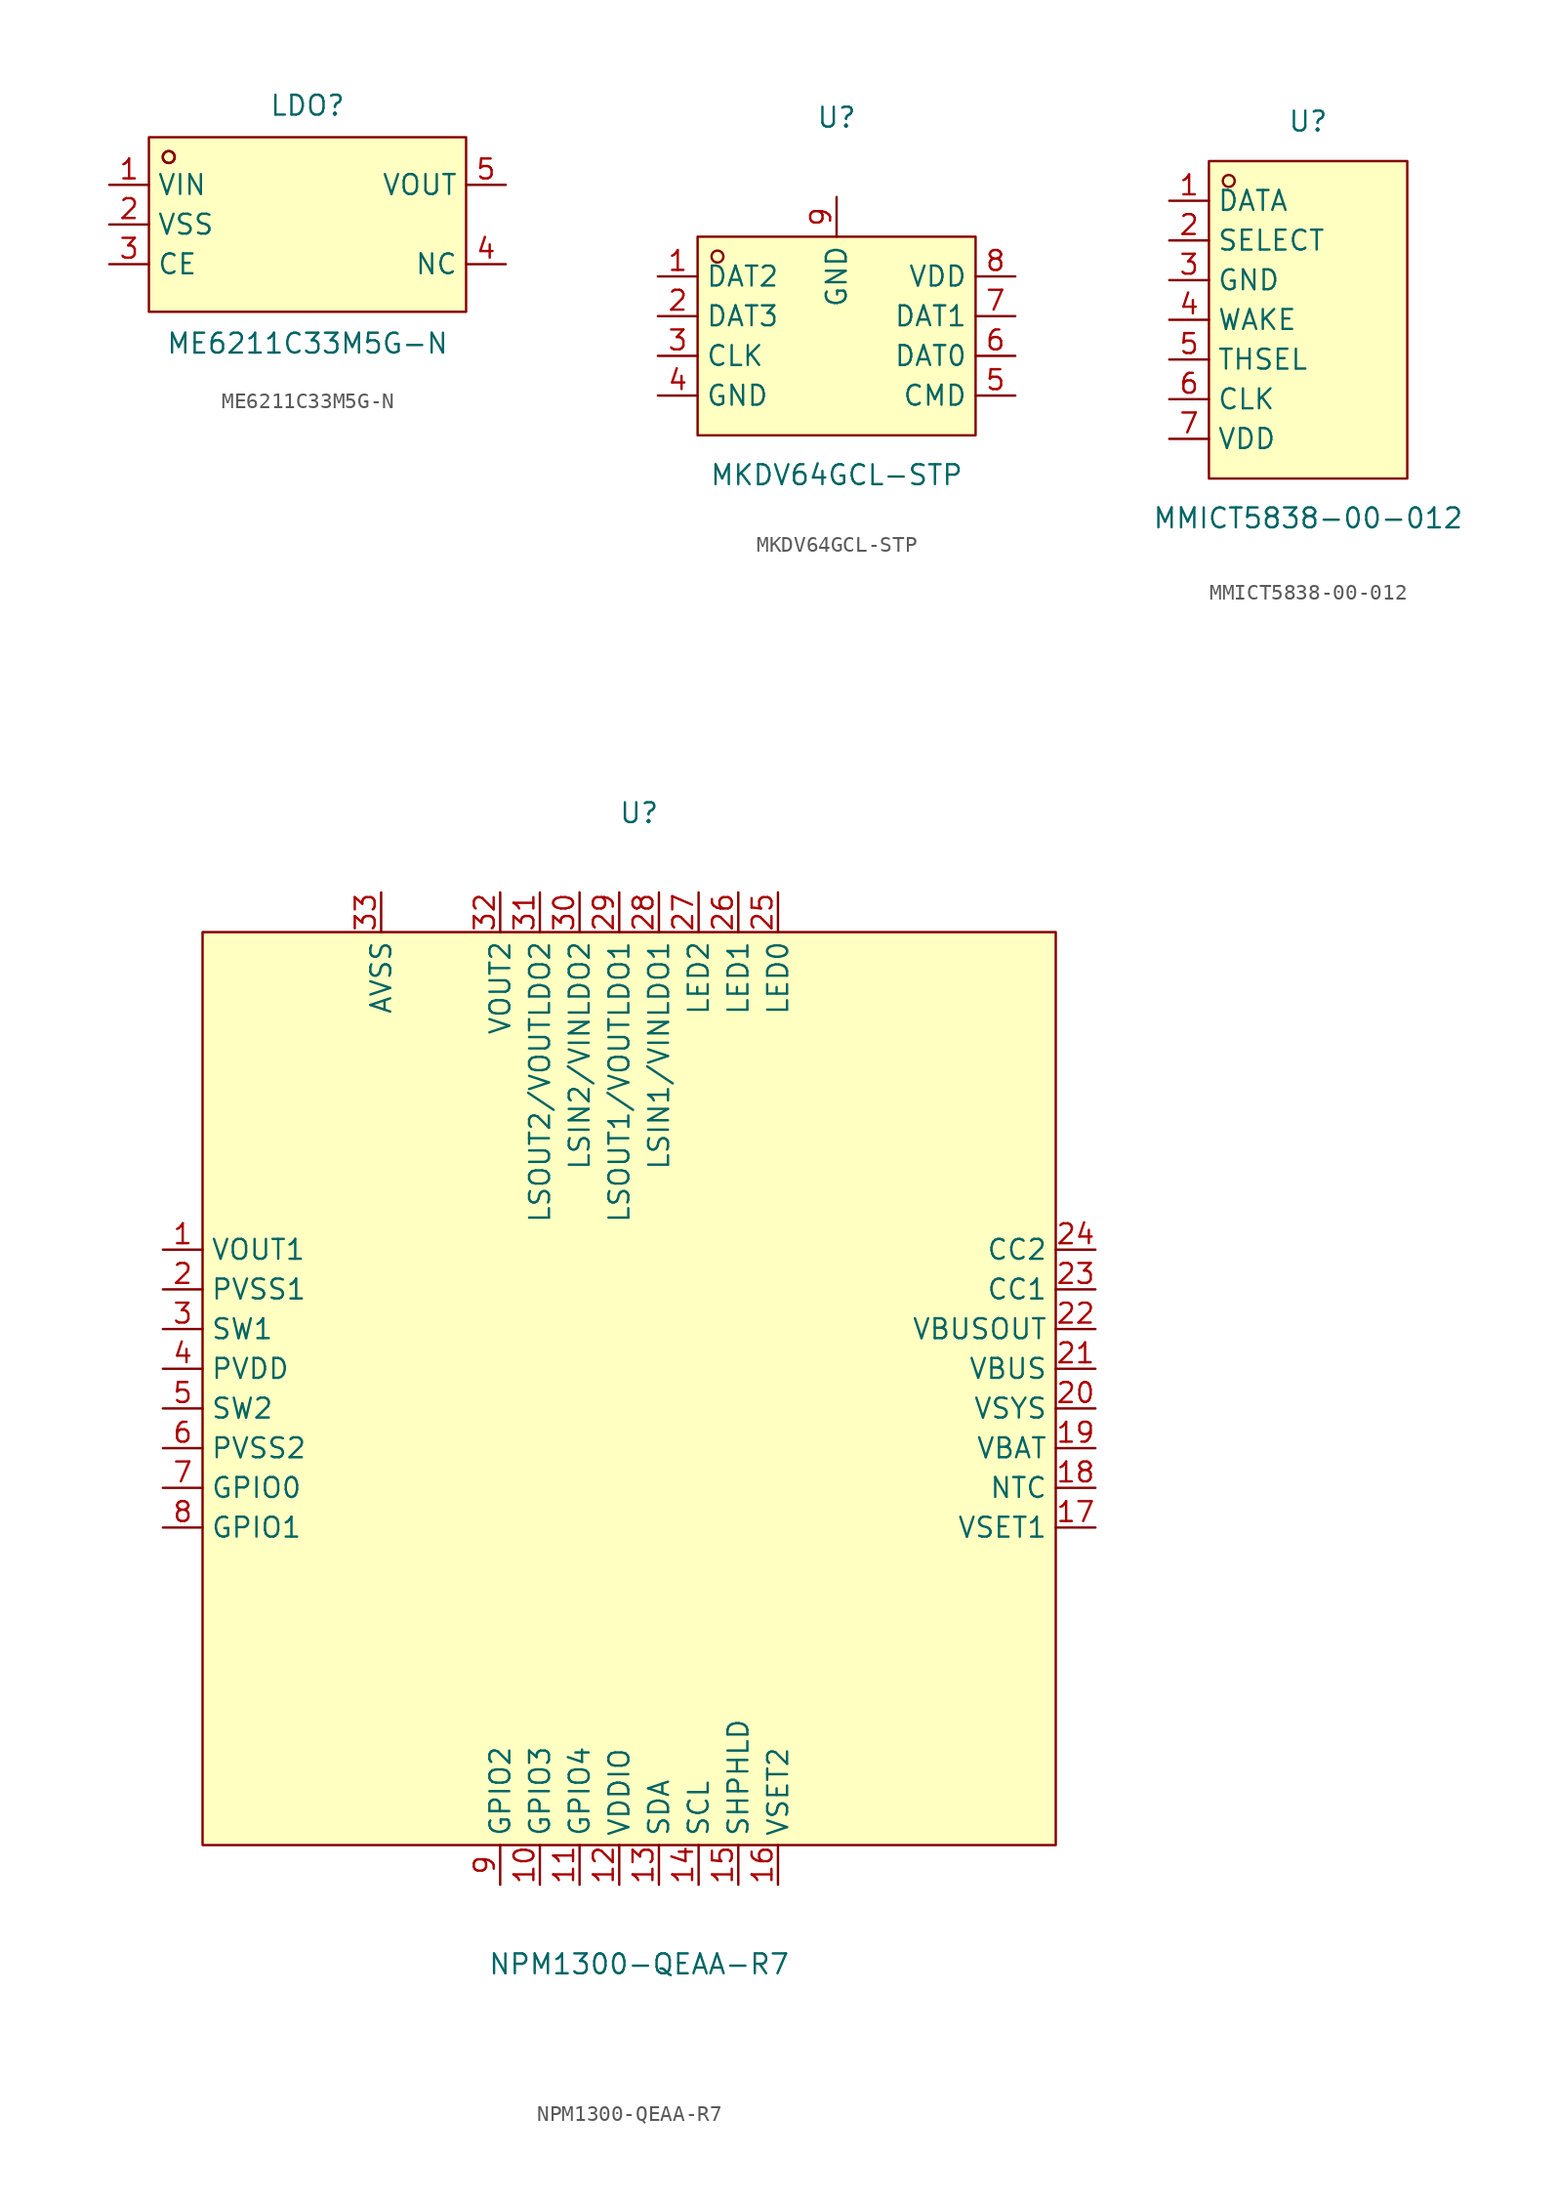
<source format=kicad_sym>
(kicad_symbol_lib
  (version 20211014)
  (generator https://github.com/uPesy/easyeda2kicad.py)
  (symbol "ME6211C33M5G-N"
    (property "Reference" "LDO"
      (at 0 7.62 0)
      (effects (font (size 1.27 1.27))))
    (property "Value" "ME6211C33M5G-N"
      (at 0 -7.62 0)
      (effects (font (size 1.27 1.27))))
    (symbol "ME6211C33M5G-N_0_1"
      (rectangle (start -10.16 5.59) (end 10.16 -5.59) (stroke (width 0) (type default) (color 0 0 0 0)) (fill (type background)))
      (circle (center -8.89 4.32) (radius 0.38) (stroke (width 0) (type default) (color 0 0 0 0)) (fill (type none)))
      (circle (center -8.89 4.32) (radius 0.38) (stroke (width 0) (type default) (color 0 0 0 0)) (fill (type none)))
      (pin unspecified line (at -12.70 2.54 0) (length 2.54) (name "VIN" (effects (font (size 1.27 1.27)))) (number "1" (effects (font (size 1.27 1.27)))))
      (pin unspecified line (at -12.70 -0.00 0) (length 2.54) (name "VSS" (effects (font (size 1.27 1.27)))) (number "2" (effects (font (size 1.27 1.27)))))
      (pin unspecified line (at -12.70 -2.54 0) (length 2.54) (name "CE" (effects (font (size 1.27 1.27)))) (number "3" (effects (font (size 1.27 1.27)))))
      (pin unspecified line (at 12.70 -2.54 180) (length 2.54) (name "NC" (effects (font (size 1.27 1.27)))) (number "4" (effects (font (size 1.27 1.27)))))
      (pin unspecified line (at 12.70 2.54 180) (length 2.54) (name "VOUT" (effects (font (size 1.27 1.27)))) (number "5" (effects (font (size 1.27 1.27)))))))
  (symbol "MKDV64GCL-STP"
    (property "Reference" "U"
      (at 0 13.97 0)
      (effects (font (size 1.27 1.27))))
    (property "Value" "MKDV64GCL-STP"
      (at 0 -8.89 0)
      (effects (font (size 1.27 1.27))))
    (symbol "MKDV64GCL-STP_0_1"
      (rectangle (start -8.89 6.35) (end 8.89 -6.35) (stroke (width 0) (type default) (color 0 0 0 0)) (fill (type background)))
      (circle (center -7.62 5.08) (radius 0.38) (stroke (width 0) (type default) (color 0 0 0 0)) (fill (type none)))
      (pin unspecified line (at -11.43 3.81 0) (length 2.54) (name "DAT2" (effects (font (size 1.27 1.27)))) (number "1" (effects (font (size 1.27 1.27)))))
      (pin unspecified line (at -11.43 1.27 0) (length 2.54) (name "DAT3" (effects (font (size 1.27 1.27)))) (number "2" (effects (font (size 1.27 1.27)))))
      (pin unspecified line (at -11.43 -1.27 0) (length 2.54) (name "CLK" (effects (font (size 1.27 1.27)))) (number "3" (effects (font (size 1.27 1.27)))))
      (pin unspecified line (at -11.43 -3.81 0) (length 2.54) (name "GND" (effects (font (size 1.27 1.27)))) (number "4" (effects (font (size 1.27 1.27)))))
      (pin unspecified line (at 11.43 -3.81 180) (length 2.54) (name "CMD" (effects (font (size 1.27 1.27)))) (number "5" (effects (font (size 1.27 1.27)))))
      (pin unspecified line (at 11.43 -1.27 180) (length 2.54) (name "DAT0" (effects (font (size 1.27 1.27)))) (number "6" (effects (font (size 1.27 1.27)))))
      (pin unspecified line (at 11.43 1.27 180) (length 2.54) (name "DAT1" (effects (font (size 1.27 1.27)))) (number "7" (effects (font (size 1.27 1.27)))))
      (pin unspecified line (at 11.43 3.81 180) (length 2.54) (name "VDD" (effects (font (size 1.27 1.27)))) (number "8" (effects (font (size 1.27 1.27)))))
      (pin unspecified line (at 0.00 8.89 270) (length 2.54) (name "GND" (effects (font (size 1.27 1.27)))) (number "9" (effects (font (size 1.27 1.27)))))))
  (symbol "MMICT5838-00-012"
    (property "Reference" "U"
      (at 0 12.70 0)
      (effects (font (size 1.27 1.27))))
    (property "Value" "MMICT5838-00-012"
      (at 0 -12.70 0)
      (effects (font (size 1.27 1.27))))
    (symbol "MMICT5838-00-012_0_1"
      (rectangle (start -6.35 10.16) (end 6.35 -10.16) (stroke (width 0) (type default) (color 0 0 0 0)) (fill (type background)))
      (circle (center -5.08 8.89) (radius 0.38) (stroke (width 0) (type default) (color 0 0 0 0)) (fill (type none)))
      (pin unspecified line (at -8.89 7.62 0) (length 2.54) (name "DATA" (effects (font (size 1.27 1.27)))) (number "1" (effects (font (size 1.27 1.27)))))
      (pin unspecified line (at -8.89 5.08 0) (length 2.54) (name "SELECT" (effects (font (size 1.27 1.27)))) (number "2" (effects (font (size 1.27 1.27)))))
      (pin unspecified line (at -8.89 2.54 0) (length 2.54) (name "GND" (effects (font (size 1.27 1.27)))) (number "3" (effects (font (size 1.27 1.27)))))
      (pin unspecified line (at -8.89 -0.00 0) (length 2.54) (name "WAKE" (effects (font (size 1.27 1.27)))) (number "4" (effects (font (size 1.27 1.27)))))
      (pin unspecified line (at -8.89 -2.54 0) (length 2.54) (name "THSEL" (effects (font (size 1.27 1.27)))) (number "5" (effects (font (size 1.27 1.27)))))
      (pin unspecified line (at -8.89 -5.08 0) (length 2.54) (name "CLK" (effects (font (size 1.27 1.27)))) (number "6" (effects (font (size 1.27 1.27)))))
      (pin unspecified line (at -8.89 -7.62 0) (length 2.54) (name "VDD" (effects (font (size 1.27 1.27)))) (number "7" (effects (font (size 1.27 1.27)))))))
  (symbol "NPM1300-QEAA-R7"
    (property "Reference" "U"
      (at 0 36.83 0)
      (effects (font (size 1.27 1.27))))
    (property "Value" "NPM1300-QEAA-R7"
      (at 0 -36.83 0)
      (effects (font (size 1.27 1.27))))
    (symbol "NPM1300-QEAA-R7_0_1"
      (rectangle (start -27.94 29.21) (end 26.67 -29.21) (stroke (width 0) (type default) (color 0 0 0 0)) (fill (type background)))
      (pin unspecified line (at -30.48 8.89 0) (length 2.54) (name "VOUT1" (effects (font (size 1.27 1.27)))) (number "1" (effects (font (size 1.27 1.27)))))
      (pin unspecified line (at -30.48 6.35 0) (length 2.54) (name "PVSS1" (effects (font (size 1.27 1.27)))) (number "2" (effects (font (size 1.27 1.27)))))
      (pin unspecified line (at -30.48 3.81 0) (length 2.54) (name "SW1" (effects (font (size 1.27 1.27)))) (number "3" (effects (font (size 1.27 1.27)))))
      (pin unspecified line (at -30.48 1.27 0) (length 2.54) (name "PVDD" (effects (font (size 1.27 1.27)))) (number "4" (effects (font (size 1.27 1.27)))))
      (pin unspecified line (at -30.48 -1.27 0) (length 2.54) (name "SW2" (effects (font (size 1.27 1.27)))) (number "5" (effects (font (size 1.27 1.27)))))
      (pin unspecified line (at -30.48 -3.81 0) (length 2.54) (name "PVSS2" (effects (font (size 1.27 1.27)))) (number "6" (effects (font (size 1.27 1.27)))))
      (pin unspecified line (at -30.48 -6.35 0) (length 2.54) (name "GPIO0" (effects (font (size 1.27 1.27)))) (number "7" (effects (font (size 1.27 1.27)))))
      (pin unspecified line (at -30.48 -8.89 0) (length 2.54) (name "GPIO1" (effects (font (size 1.27 1.27)))) (number "8" (effects (font (size 1.27 1.27)))))
      (pin unspecified line (at -8.89 -31.75 90) (length 2.54) (name "GPIO2" (effects (font (size 1.27 1.27)))) (number "9" (effects (font (size 1.27 1.27)))))
      (pin unspecified line (at -6.35 -31.75 90) (length 2.54) (name "GPIO3" (effects (font (size 1.27 1.27)))) (number "10" (effects (font (size 1.27 1.27)))))
      (pin unspecified line (at -3.81 -31.75 90) (length 2.54) (name "GPIO4" (effects (font (size 1.27 1.27)))) (number "11" (effects (font (size 1.27 1.27)))))
      (pin unspecified line (at -1.27 -31.75 90) (length 2.54) (name "VDDIO" (effects (font (size 1.27 1.27)))) (number "12" (effects (font (size 1.27 1.27)))))
      (pin unspecified line (at 1.27 -31.75 90) (length 2.54) (name "SDA" (effects (font (size 1.27 1.27)))) (number "13" (effects (font (size 1.27 1.27)))))
      (pin unspecified line (at 3.81 -31.75 90) (length 2.54) (name "SCL" (effects (font (size 1.27 1.27)))) (number "14" (effects (font (size 1.27 1.27)))))
      (pin unspecified line (at 6.35 -31.75 90) (length 2.54) (name "SHPHLD" (effects (font (size 1.27 1.27)))) (number "15" (effects (font (size 1.27 1.27)))))
      (pin unspecified line (at 8.89 -31.75 90) (length 2.54) (name "VSET2" (effects (font (size 1.27 1.27)))) (number "16" (effects (font (size 1.27 1.27)))))
      (pin unspecified line (at 29.21 -8.89 180) (length 2.54) (name "VSET1" (effects (font (size 1.27 1.27)))) (number "17" (effects (font (size 1.27 1.27)))))
      (pin unspecified line (at 29.21 -6.35 180) (length 2.54) (name "NTC" (effects (font (size 1.27 1.27)))) (number "18" (effects (font (size 1.27 1.27)))))
      (pin unspecified line (at 29.21 -3.81 180) (length 2.54) (name "VBAT" (effects (font (size 1.27 1.27)))) (number "19" (effects (font (size 1.27 1.27)))))
      (pin unspecified line (at 29.21 -1.27 180) (length 2.54) (name "VSYS" (effects (font (size 1.27 1.27)))) (number "20" (effects (font (size 1.27 1.27)))))
      (pin unspecified line (at 29.21 1.27 180) (length 2.54) (name "VBUS" (effects (font (size 1.27 1.27)))) (number "21" (effects (font (size 1.27 1.27)))))
      (pin unspecified line (at 29.21 3.81 180) (length 2.54) (name "VBUSOUT" (effects (font (size 1.27 1.27)))) (number "22" (effects (font (size 1.27 1.27)))))
      (pin unspecified line (at 29.21 6.35 180) (length 2.54) (name "CC1" (effects (font (size 1.27 1.27)))) (number "23" (effects (font (size 1.27 1.27)))))
      (pin unspecified line (at 29.21 8.89 180) (length 2.54) (name "CC2" (effects (font (size 1.27 1.27)))) (number "24" (effects (font (size 1.27 1.27)))))
      (pin unspecified line (at 8.89 31.75 270) (length 2.54) (name "LED0" (effects (font (size 1.27 1.27)))) (number "25" (effects (font (size 1.27 1.27)))))
      (pin unspecified line (at 6.35 31.75 270) (length 2.54) (name "LED1" (effects (font (size 1.27 1.27)))) (number "26" (effects (font (size 1.27 1.27)))))
      (pin unspecified line (at 3.81 31.75 270) (length 2.54) (name "LED2" (effects (font (size 1.27 1.27)))) (number "27" (effects (font (size 1.27 1.27)))))
      (pin unspecified line (at 1.27 31.75 270) (length 2.54) (name "LSIN1/VINLDO1" (effects (font (size 1.27 1.27)))) (number "28" (effects (font (size 1.27 1.27)))))
      (pin unspecified line (at -1.27 31.75 270) (length 2.54) (name "LSOUT1/VOUTLDO1" (effects (font (size 1.27 1.27)))) (number "29" (effects (font (size 1.27 1.27)))))
      (pin unspecified line (at -3.81 31.75 270) (length 2.54) (name "LSIN2/VINLDO2" (effects (font (size 1.27 1.27)))) (number "30" (effects (font (size 1.27 1.27)))))
      (pin unspecified line (at -6.35 31.75 270) (length 2.54) (name "LSOUT2/VOUTLDO2" (effects (font (size 1.27 1.27)))) (number "31" (effects (font (size 1.27 1.27)))))
      (pin unspecified line (at -8.89 31.75 270) (length 2.54) (name "VOUT2" (effects (font (size 1.27 1.27)))) (number "32" (effects (font (size 1.27 1.27)))))
      (pin unspecified line (at -16.51 31.75 270) (length 2.54) (name "AVSS" (effects (font (size 1.27 1.27)))) (number "33" (effects (font (size 1.27 1.27))))))))
</source>
